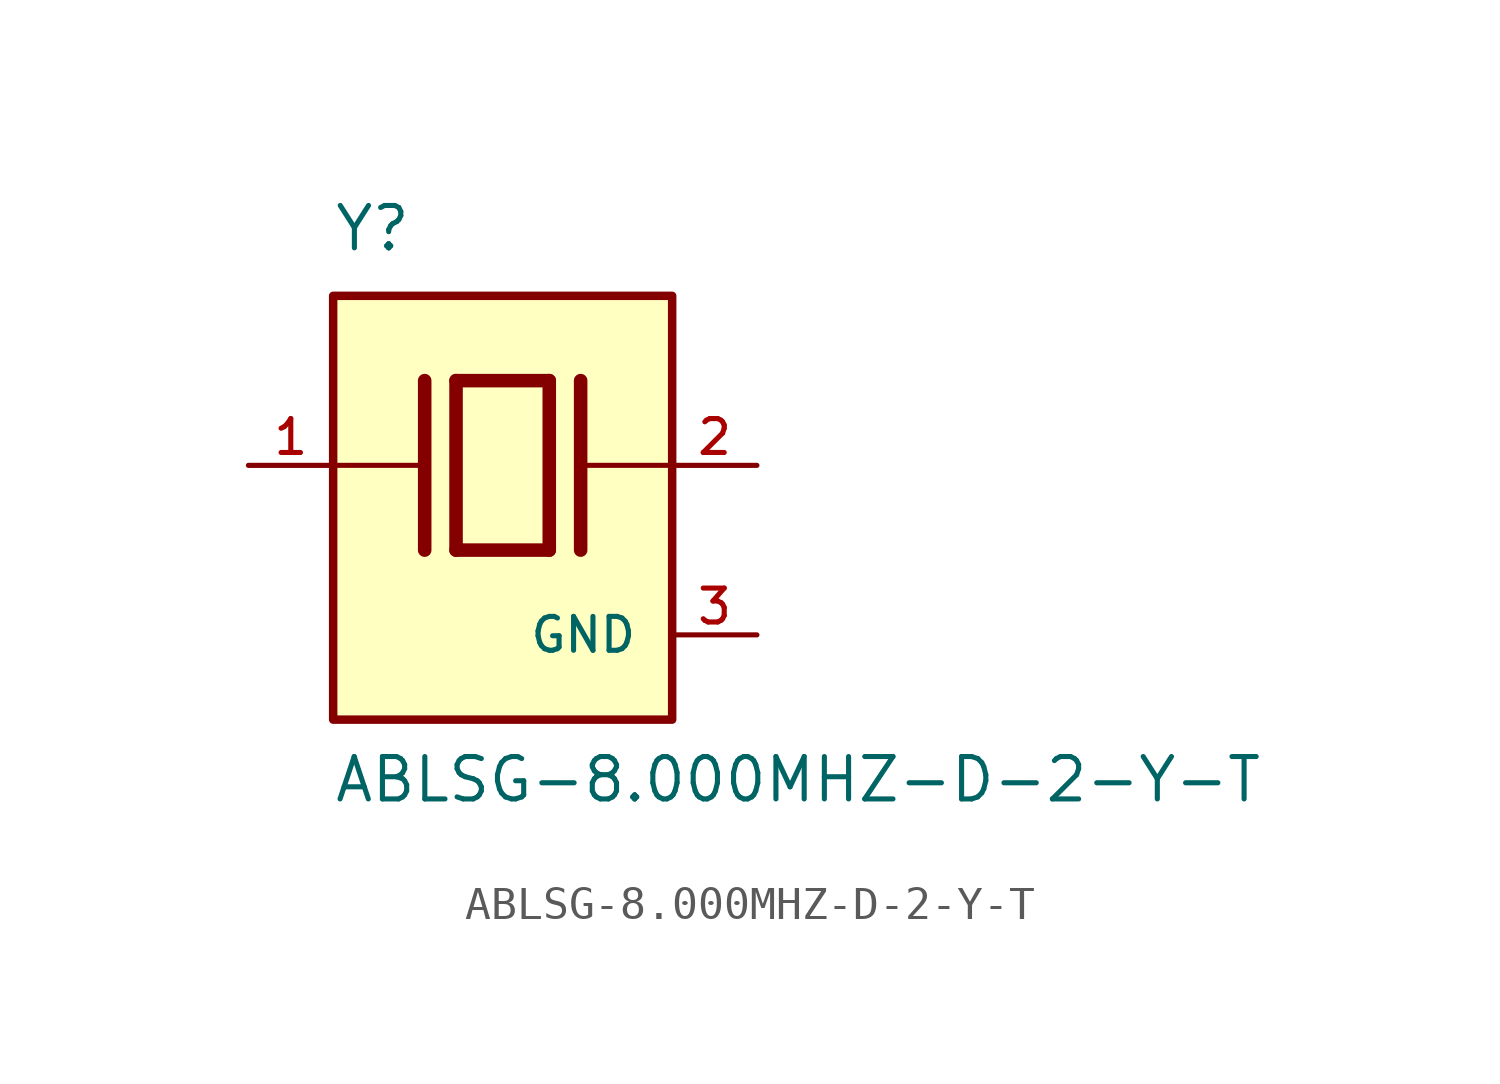
<source format=kicad_sym>
(kicad_symbol_lib
  (version 20211014)
  (generator kicad_symbol_editor)
  (symbol "ABLSG-8.000MHZ-D-2-Y-T"
    (pin_names
      (offset 1.016))
    (property "Reference" "Y"
      (at -5.088 6.356 0)
      (effects (font (size 1.27 1.27)) (justify bottom left)))
    (property "Value" "ABLSG-8.000MHZ-D-2-Y-T"
      (at -5.094 -10.16 0)
      (effects (font (size 1.27 1.27)) (justify bottom left)))
    (symbol "ABLSG-8.000MHZ-D-2-Y-T_0_0"
      (polyline (pts (xy -1.397 2.54) (xy 1.397 2.54)) (stroke (width 0.406)))
      (polyline (pts (xy 1.397 2.54) (xy 1.397 -2.54)) (stroke (width 0.406)))
      (polyline (pts (xy 1.397 -2.54) (xy -1.397 -2.54)) (stroke (width 0.406)))
      (polyline (pts (xy -1.397 2.54) (xy -1.397 -2.54)) (stroke (width 0.406)))
      (polyline (pts (xy 2.337 2.54) (xy 2.337 -2.54)) (stroke (width 0.406)))
      (polyline (pts (xy -2.337 2.54) (xy -2.337 -2.54)) (stroke (width 0.406)))
      (polyline (pts (xy -5.08 0.0) (xy -2.54 0.0)) (stroke (width 0.152)))
      (polyline (pts (xy 2.54 0.0) (xy 5.08 0.0)) (stroke (width 0.152)))
      (rectangle (start -5.08 -7.62) (end 5.08 5.08) (stroke (width 0.254)) (fill (type background)))
      (pin passive line (at 7.62 0.0 180.0) (length 2.54) (name "~" (effects (font (size 1.016 1.016)))) (number "2" (effects (font (size 1.016 1.016)))))
      (pin passive line (at -7.62 0.0 0) (length 2.54) (name "~" (effects (font (size 1.016 1.016)))) (number "1" (effects (font (size 1.016 1.016)))))
      (pin power_in line (at 7.62 -5.08 180.0) (length 2.54) (name "GND" (effects (font (size 1.016 1.016)))) (number "3" (effects (font (size 1.016 1.016))))))))
</source>
